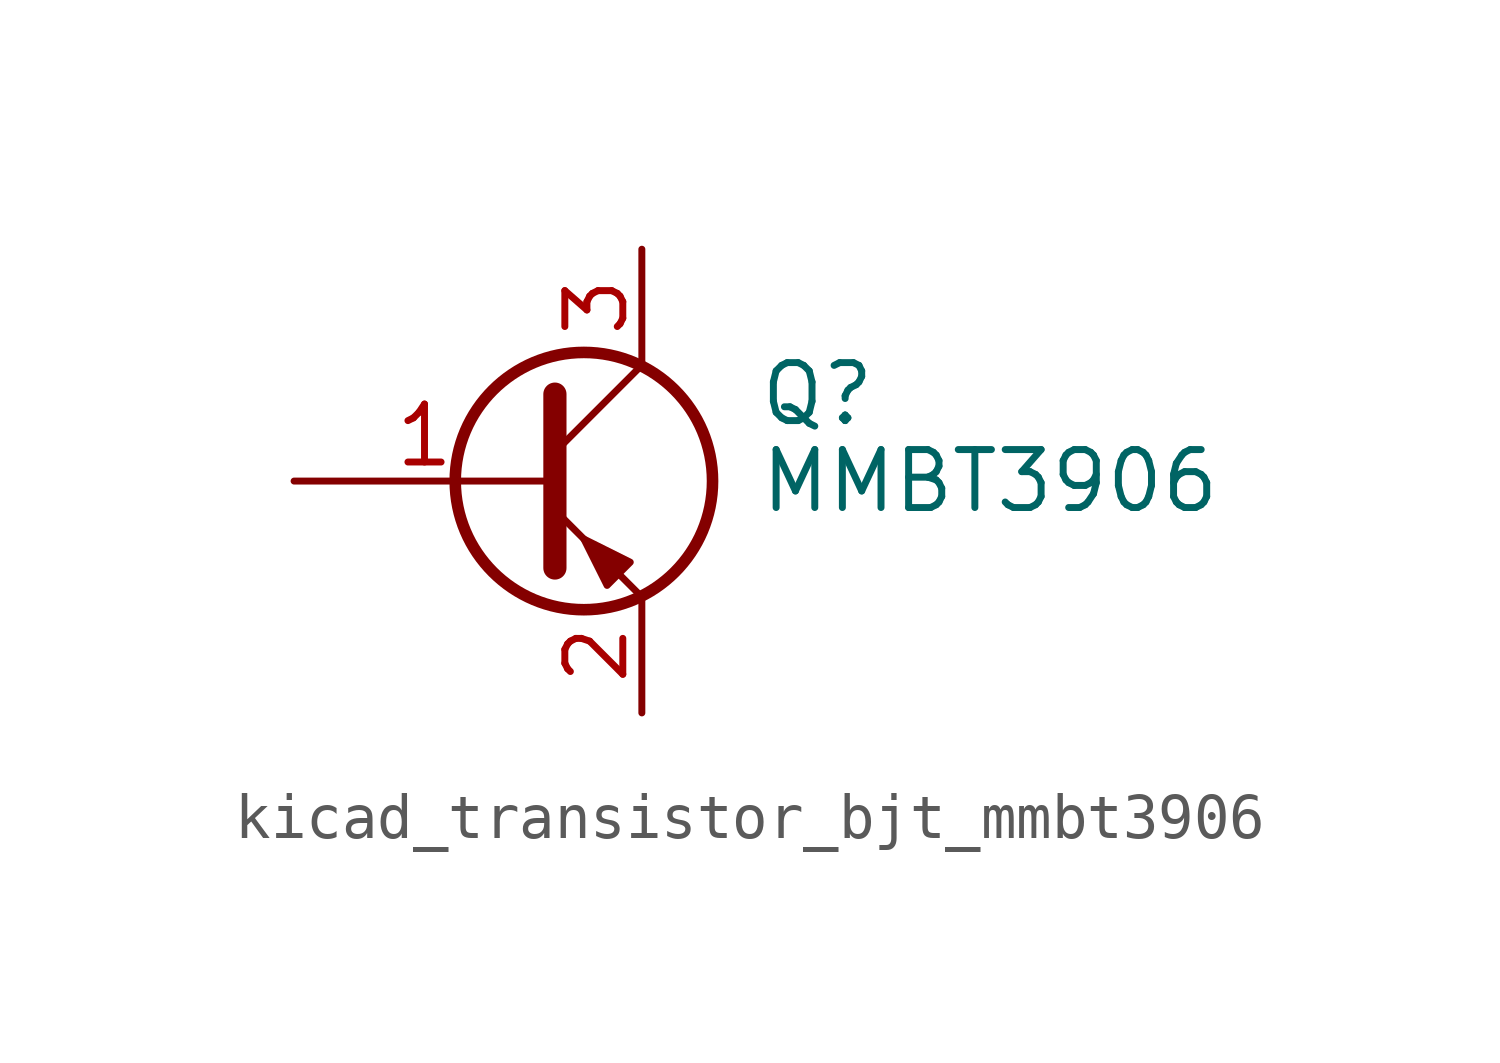
<source format=kicad_sym>
(kicad_symbol_lib
  (version 20220914)
  (generator kicad_symbol_editor)
  (symbol "kicad_transistor_bjt_mmbt3906"
    (pin_names
      (offset 0) hide)
    (property "Reference" "Q"
      (at 5.08 1.905 0)
      (effects (font (size 1.27 1.27)) (justify left)))
    (property "Value" "MMBT3906"
      (at 5.08 0 0)
      (effects (font (size 1.27 1.27)) (justify left)))
    (symbol "kicad_transistor_bjt_mmbt3906_0_1"
      (polyline (pts (xy 0.635 0.635) (xy 2.54 2.54)) (stroke (width 0) (type default)) (fill (type none)))
      (polyline (pts (xy 0.635 -0.635) (xy 2.54 -2.54) (xy 2.54 -2.54)) (stroke (width 0) (type default)) (fill (type none)))
      (polyline (pts (xy 0.635 1.905) (xy 0.635 -1.905) (xy 0.635 -1.905)) (stroke (width 0.508) (type default)) (fill (type none)))
      (polyline (pts (xy 2.286 -1.778) (xy 1.778 -2.286) (xy 1.27 -1.27) (xy 2.286 -1.778) (xy 2.286 -1.778)) (stroke (width 0) (type default)) (fill (type outline)))
      (circle (center 1.27 0) (radius 2.819) (stroke (width 0.254) (type default)) (fill (type none))))
    (symbol "kicad_transistor_bjt_mmbt3906_1_1"
      (pin input line (at -5.08 0 0) (length 5.715) (name "B" (effects (font (size 1.27 1.27)))) (number "1" (effects (font (size 1.27 1.27)))))
      (pin passive line (at 2.54 -5.08 90) (length 2.54) (name "E" (effects (font (size 1.27 1.27)))) (number "2" (effects (font (size 1.27 1.27)))))
      (pin passive line (at 2.54 5.08 270) (length 2.54) (name "C" (effects (font (size 1.27 1.27)))) (number "3" (effects (font (size 1.27 1.27))))))))
</source>
